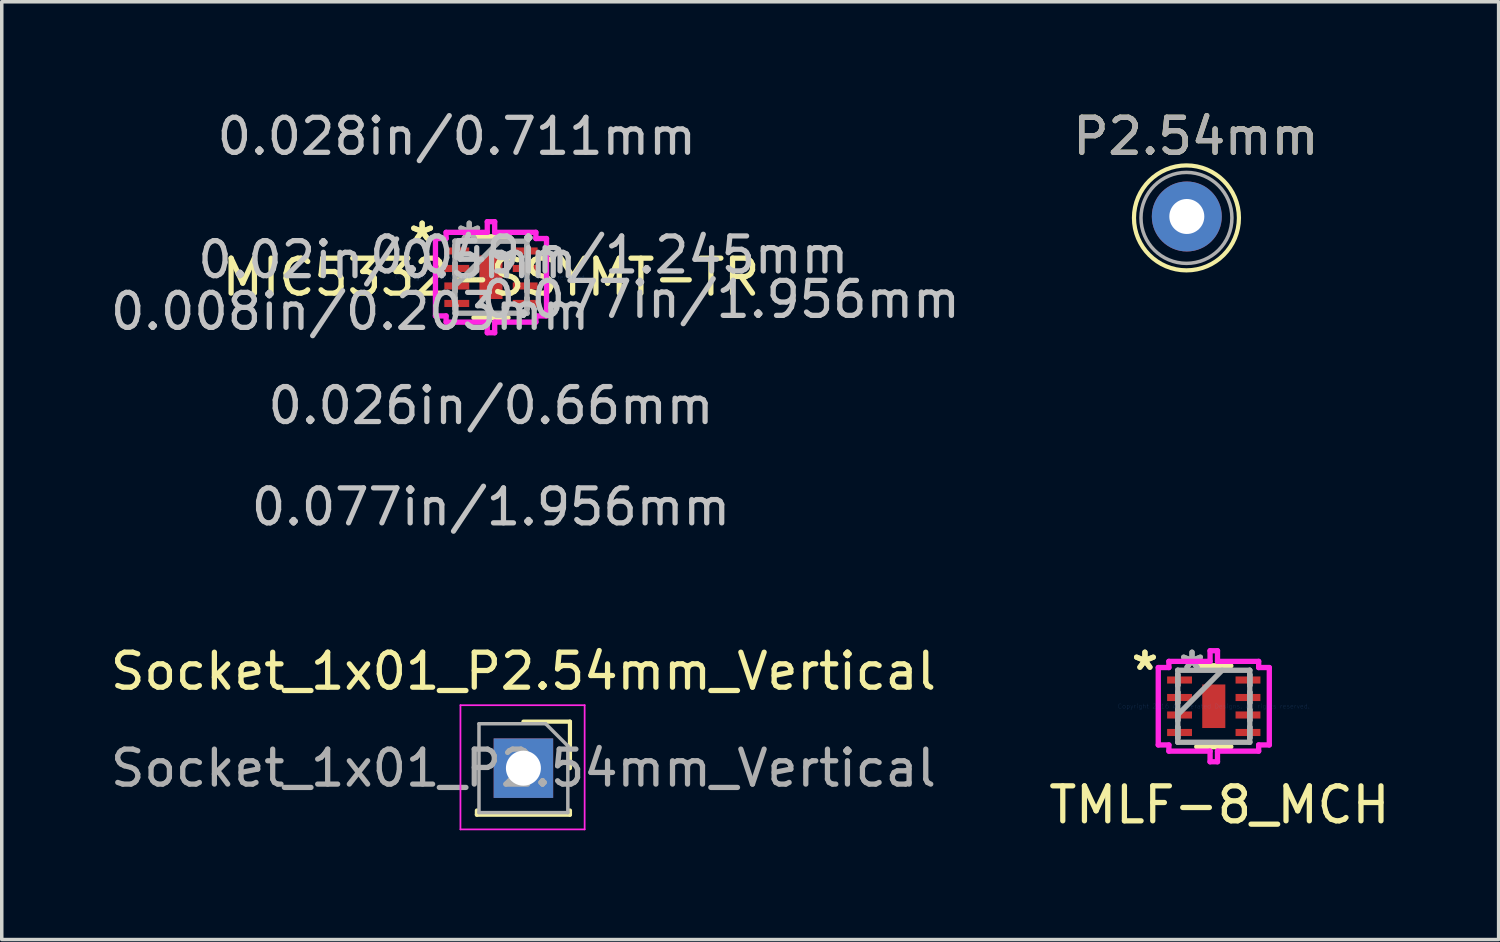
<source format=kicad_pcb>
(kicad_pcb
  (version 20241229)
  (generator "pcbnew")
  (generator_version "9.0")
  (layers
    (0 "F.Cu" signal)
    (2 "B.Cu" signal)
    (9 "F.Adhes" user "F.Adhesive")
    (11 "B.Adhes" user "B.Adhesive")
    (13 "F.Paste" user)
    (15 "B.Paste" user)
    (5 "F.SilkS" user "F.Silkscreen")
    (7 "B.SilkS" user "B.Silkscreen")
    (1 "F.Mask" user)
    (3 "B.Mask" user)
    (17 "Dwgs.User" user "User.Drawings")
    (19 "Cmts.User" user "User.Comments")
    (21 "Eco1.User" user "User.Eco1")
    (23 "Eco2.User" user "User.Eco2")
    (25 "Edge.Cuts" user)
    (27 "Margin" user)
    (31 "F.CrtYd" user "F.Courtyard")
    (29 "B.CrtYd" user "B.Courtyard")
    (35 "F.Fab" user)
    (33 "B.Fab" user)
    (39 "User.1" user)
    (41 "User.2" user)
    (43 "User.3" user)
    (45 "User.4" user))
  (footprint "P2.54mm"
    (layer "F.Cu")
    (at 30.983 3.198)
    (property "Reference" "P2.54mm" (at 0.15 -2.35 0) (layer "F.SilkS") (effects (font (size 1 1) (thickness 0.15))))
    (attr through_hole)
    (fp_circle (center -0.12 -0.02) (end 1.38 -0.02) (stroke (width 0.12) (type solid)) (fill no) (layer "F.SilkS"))
    (fp_circle (center -0.12 -0.02) (end 1.18 -0.02) (stroke (width 0.1) (type solid)) (fill no) (layer "F.Fab"))
    (fp_text user "${REFERENCE}" (at 0.15 -2.35 0) (layer "F.Fab") (effects (font (size 1 1) (thickness 0.15))))
    (pad "1" thru_hole oval (at -0.11 -0.06) (size 2 2) (drill 1) (layers "*.Cu" "*.Mask")))
  (footprint "MIC5332-SSYMT-TR"
    (layer "F.Cu")
    (at 10.984 4.874)
    (property "Reference" "MIC5332-SSYMT-TR" (at 0 0 0) (layer "F.SilkS") (effects (font (size 1 1) (thickness 0.15))))
    (attr through_hole)
    (fp_line (start -0.487 1.156) (end 0.487 1.156) (stroke (width 0.152) (type solid)) (layer "F.SilkS"))
    (fp_line (start 0.487 -1.156) (end -0.487 -1.156) (stroke (width 0.152) (type solid)) (layer "F.SilkS"))
    (fp_line (start -1.587 -1.106) (end -1.283 -1.106) (stroke (width 0.152) (type solid)) (layer "F.CrtYd"))
    (fp_line (start -1.587 1.106) (end -1.587 -1.106) (stroke (width 0.152) (type solid)) (layer "F.CrtYd"))
    (fp_line (start -1.283 -1.283) (end -0.106 -1.283) (stroke (width 0.152) (type solid)) (layer "F.CrtYd"))
    (fp_line (start -1.283 -1.106) (end -1.283 -1.283) (stroke (width 0.152) (type solid)) (layer "F.CrtYd"))
    (fp_line (start -1.283 1.106) (end -1.587 1.106) (stroke (width 0.152) (type solid)) (layer "F.CrtYd"))
    (fp_line (start -1.283 1.283) (end -1.283 1.106) (stroke (width 0.152) (type solid)) (layer "F.CrtYd"))
    (fp_line (start -0.106 -1.587) (end 0.106 -1.587) (stroke (width 0.152) (type solid)) (layer "F.CrtYd"))
    (fp_line (start -0.106 -1.283) (end -0.106 -1.587) (stroke (width 0.152) (type solid)) (layer "F.CrtYd"))
    (fp_line (start -0.106 1.283) (end -1.283 1.283) (stroke (width 0.152) (type solid)) (layer "F.CrtYd"))
    (fp_line (start -0.106 1.587) (end -0.106 1.283) (stroke (width 0.152) (type solid)) (layer "F.CrtYd"))
    (fp_line (start 0.106 -1.587) (end 0.106 -1.283) (stroke (width 0.152) (type solid)) (layer "F.CrtYd"))
    (fp_line (start 0.106 -1.283) (end 1.283 -1.283) (stroke (width 0.152) (type solid)) (layer "F.CrtYd"))
    (fp_line (start 0.106 1.283) (end 0.106 1.587) (stroke (width 0.152) (type solid)) (layer "F.CrtYd"))
    (fp_line (start 0.106 1.587) (end -0.106 1.587) (stroke (width 0.152) (type solid)) (layer "F.CrtYd"))
    (fp_line (start 1.283 -1.283) (end 1.283 -1.106) (stroke (width 0.152) (type solid)) (layer "F.CrtYd"))
    (fp_line (start 1.283 -1.106) (end 1.587 -1.106) (stroke (width 0.152) (type solid)) (layer "F.CrtYd"))
    (fp_line (start 1.283 1.106) (end 1.283 1.283) (stroke (width 0.152) (type solid)) (layer "F.CrtYd"))
    (fp_line (start 1.283 1.283) (end 0.106 1.283) (stroke (width 0.152) (type solid)) (layer "F.CrtYd"))
    (fp_line (start 1.587 -1.106) (end 1.587 1.106) (stroke (width 0.152) (type solid)) (layer "F.CrtYd"))
    (fp_line (start 1.587 1.106) (end 1.283 1.106) (stroke (width 0.152) (type solid)) (layer "F.CrtYd"))
    (fp_line (start -1.029 -1.029) (end -1.029 -1.029) (stroke (width 0.152) (type solid)) (layer "F.Fab"))
    (fp_line (start -1.029 -1.029) (end -1.029 1.029) (stroke (width 0.152) (type solid)) (layer "F.Fab"))
    (fp_line (start -1.029 -0.902) (end -1.029 -0.902) (stroke (width 0.152) (type solid)) (layer "F.Fab"))
    (fp_line (start -1.029 -0.902) (end -1.029 -0.598) (stroke (width 0.152) (type solid)) (layer "F.Fab"))
    (fp_line (start -1.029 -0.598) (end -1.029 -0.902) (stroke (width 0.152) (type solid)) (layer "F.Fab"))
    (fp_line (start -1.029 -0.598) (end -1.029 -0.598) (stroke (width 0.152) (type solid)) (layer "F.Fab"))
    (fp_line (start -1.029 -0.402) (end -1.029 -0.402) (stroke (width 0.152) (type solid)) (layer "F.Fab"))
    (fp_line (start -1.029 -0.402) (end -1.029 -0.098) (stroke (width 0.152) (type solid)) (layer "F.Fab"))
    (fp_line (start -1.029 -0.098) (end -1.029 -0.402) (stroke (width 0.152) (type solid)) (layer "F.Fab"))
    (fp_line (start -1.029 -0.098) (end -1.029 -0.098) (stroke (width 0.152) (type solid)) (layer "F.Fab"))
    (fp_line (start -1.029 0.098) (end -1.029 0.098) (stroke (width 0.152) (type solid)) (layer "F.Fab"))
    (fp_line (start -1.029 0.098) (end -1.029 0.402) (stroke (width 0.152) (type solid)) (layer "F.Fab"))
    (fp_line (start -1.029 0.241) (end 0.241 -1.029) (stroke (width 0.152) (type solid)) (layer "F.Fab"))
    (fp_line (start -1.029 0.402) (end -1.029 0.098) (stroke (width 0.152) (type solid)) (layer "F.Fab"))
    (fp_line (start -1.029 0.402) (end -1.029 0.402) (stroke (width 0.152) (type solid)) (layer "F.Fab"))
    (fp_line (start -1.029 0.598) (end -1.029 0.598) (stroke (width 0.152) (type solid)) (layer "F.Fab"))
    (fp_line (start -1.029 0.598) (end -1.029 0.902) (stroke (width 0.152) (type solid)) (layer "F.Fab"))
    (fp_line (start -1.029 0.902) (end -1.029 0.598) (stroke (width 0.152) (type solid)) (layer "F.Fab"))
    (fp_line (start -1.029 0.902) (end -1.029 0.902) (stroke (width 0.152) (type solid)) (layer "F.Fab"))
    (fp_line (start -1.029 1.029) (end -1.029 1.029) (stroke (width 0.152) (type solid)) (layer "F.Fab"))
    (fp_line (start -1.029 1.029) (end 1.029 1.029) (stroke (width 0.152) (type solid)) (layer "F.Fab"))
    (fp_line (start 1.029 -1.029) (end -1.029 -1.029) (stroke (width 0.152) (type solid)) (layer "F.Fab"))
    (fp_line (start 1.029 -1.029) (end 1.029 -1.029) (stroke (width 0.152) (type solid)) (layer "F.Fab"))
    (fp_line (start 1.029 -0.902) (end 1.029 -0.902) (stroke (width 0.152) (type solid)) (layer "F.Fab"))
    (fp_line (start 1.029 -0.902) (end 1.029 -0.598) (stroke (width 0.152) (type solid)) (layer "F.Fab"))
    (fp_line (start 1.029 -0.598) (end 1.029 -0.902) (stroke (width 0.152) (type solid)) (layer "F.Fab"))
    (fp_line (start 1.029 -0.598) (end 1.029 -0.598) (stroke (width 0.152) (type solid)) (layer "F.Fab"))
    (fp_line (start 1.029 -0.402) (end 1.029 -0.402) (stroke (width 0.152) (type solid)) (layer "F.Fab"))
    (fp_line (start 1.029 -0.402) (end 1.029 -0.098) (stroke (width 0.152) (type solid)) (layer "F.Fab"))
    (fp_line (start 1.029 -0.098) (end 1.029 -0.402) (stroke (width 0.152) (type solid)) (layer "F.Fab"))
    (fp_line (start 1.029 -0.098) (end 1.029 -0.098) (stroke (width 0.152) (type solid)) (layer "F.Fab"))
    (fp_line (start 1.029 0.098) (end 1.029 0.098) (stroke (width 0.152) (type solid)) (layer "F.Fab"))
    (fp_line (start 1.029 0.098) (end 1.029 0.402) (stroke (width 0.152) (type solid)) (layer "F.Fab"))
    (fp_line (start 1.029 0.402) (end 1.029 0.098) (stroke (width 0.152) (type solid)) (layer "F.Fab"))
    (fp_line (start 1.029 0.402) (end 1.029 0.402) (stroke (width 0.152) (type solid)) (layer "F.Fab"))
    (fp_line (start 1.029 0.598) (end 1.029 0.598) (stroke (width 0.152) (type solid)) (layer "F.Fab"))
    (fp_line (start 1.029 0.598) (end 1.029 0.902) (stroke (width 0.152) (type solid)) (layer "F.Fab"))
    (fp_line (start 1.029 0.902) (end 1.029 0.598) (stroke (width 0.152) (type solid)) (layer "F.Fab"))
    (fp_line (start 1.029 0.902) (end 1.029 0.902) (stroke (width 0.152) (type solid)) (layer "F.Fab"))
    (fp_line (start 1.029 1.029) (end 1.029 -1.029) (stroke (width 0.152) (type solid)) (layer "F.Fab"))
    (fp_line (start 1.029 1.029) (end 1.029 1.029) (stroke (width 0.152) (type solid)) (layer "F.Fab"))
    (fp_text user "*" (at -1.968 -1 0) (layer "F.SilkS") (effects (font (size 1 1) (thickness 0.15))))
    (fp_text user "*" (at -1.968 -1 0) (layer "F.SilkS") (effects (font (size 1 1) (thickness 0.15))))
    (fp_text user "0.028in/0.711mm" (at -0.978 -4.026 0) (layer "Dwgs.User") (effects (font (size 1 1) (thickness 0.15))))
    (fp_text user "0.049in/1.245mm" (at 3.378 -0.635 0) (layer "Dwgs.User") (effects (font (size 1 1) (thickness 0.15))))
    (fp_text user "0.02in/0.5mm" (at -2.959 -0.5 0) (layer "Dwgs.User") (effects (font (size 1 1) (thickness 0.15))))
    (fp_text user "0.026in/0.66mm" (at 0 3.67 0) (layer "Dwgs.User") (effects (font (size 1 1) (thickness 0.15))))
    (fp_text user "0.077in/1.956mm" (at 0 6.566 0) (layer "Dwgs.User") (effects (font (size 1 1) (thickness 0.15))))
    (fp_text user "0.077in/1.956mm" (at 6.566 0.635 0) (layer "Dwgs.User") (effects (font (size 1 1) (thickness 0.15))))
    (fp_text user "0.008in/0.203mm" (at -4.026 0.978 0) (layer "Dwgs.User") (effects (font (size 1 1) (thickness 0.15))))
    (fp_text user "Copyright 2016 Accelerated Designs. All rights reserved." (at 0 0 0) (layer "Cmts.User") (effects (font (size 0.127 0.127) (thickness 0.002))))
    (fp_text user "*" (at -0.622 -1 0) (layer "F.Fab") (effects (font (size 1 1) (thickness 0.15))))
    (fp_text user "*" (at -0.622 -1 0) (layer "F.Fab") (effects (font (size 1 1) (thickness 0.15))))
    (pad "1" smd rect (at -0.978 -0.75 90) (size 0.203 0.711) (layers "F.Cu" "F.Mask" "F.Paste"))
    (pad "2" smd rect (at -0.978 -0.25 90) (size 0.203 0.711) (layers "F.Cu" "F.Mask" "F.Paste"))
    (pad "3" smd rect (at -0.978 0.25 90) (size 0.203 0.711) (layers "F.Cu" "F.Mask" "F.Paste"))
    (pad "4" smd rect (at -0.978 0.75 90) (size 0.203 0.711) (layers "F.Cu" "F.Mask" "F.Paste"))
    (pad "5" smd rect (at 0.978 0.75 90) (size 0.203 0.711) (layers "F.Cu" "F.Mask" "F.Paste"))
    (pad "6" smd rect (at 0.978 0.25 90) (size 0.203 0.711) (layers "F.Cu" "F.Mask" "F.Paste"))
    (pad "7" smd rect (at 0.978 -0.25 90) (size 0.203 0.711) (layers "F.Cu" "F.Mask" "F.Paste"))
    (pad "8" smd rect (at 0.978 -0.75 90) (size 0.203 0.711) (layers "F.Cu" "F.Mask" "F.Paste"))
    (pad "9" smd rect (at 0 0) (size 0.66 1.245) (layers "F.Cu" "F.Mask" "F.Paste")))
  (footprint "TMLF-8_MCH"
    (layer "F.Cu")
    (at 31.644 17.137)
    (property "Reference" "TMLF-8_MCH" (at 0.16 2.82 0) (layer "F.SilkS") (effects (font (size 1 1) (thickness 0.15))))
    (attr through_hole)
    (fp_line (start -0.487 1.156) (end 0.487 1.156) (stroke (width 0.152) (type solid)) (layer "F.SilkS"))
    (fp_line (start 0.487 -1.156) (end -0.487 -1.156) (stroke (width 0.152) (type solid)) (layer "F.SilkS"))
    (fp_line (start -1.587 -1.106) (end -1.283 -1.106) (stroke (width 0.152) (type solid)) (layer "F.CrtYd"))
    (fp_line (start -1.587 1.106) (end -1.587 -1.106) (stroke (width 0.152) (type solid)) (layer "F.CrtYd"))
    (fp_line (start -1.283 -1.283) (end -0.106 -1.283) (stroke (width 0.152) (type solid)) (layer "F.CrtYd"))
    (fp_line (start -1.283 -1.106) (end -1.283 -1.283) (stroke (width 0.152) (type solid)) (layer "F.CrtYd"))
    (fp_line (start -1.283 1.106) (end -1.587 1.106) (stroke (width 0.152) (type solid)) (layer "F.CrtYd"))
    (fp_line (start -1.283 1.283) (end -1.283 1.106) (stroke (width 0.152) (type solid)) (layer "F.CrtYd"))
    (fp_line (start -0.106 -1.587) (end 0.106 -1.587) (stroke (width 0.152) (type solid)) (layer "F.CrtYd"))
    (fp_line (start -0.106 -1.283) (end -0.106 -1.587) (stroke (width 0.152) (type solid)) (layer "F.CrtYd"))
    (fp_line (start -0.106 1.283) (end -1.283 1.283) (stroke (width 0.152) (type solid)) (layer "F.CrtYd"))
    (fp_line (start -0.106 1.587) (end -0.106 1.283) (stroke (width 0.152) (type solid)) (layer "F.CrtYd"))
    (fp_line (start 0.106 -1.587) (end 0.106 -1.283) (stroke (width 0.152) (type solid)) (layer "F.CrtYd"))
    (fp_line (start 0.106 -1.283) (end 1.283 -1.283) (stroke (width 0.152) (type solid)) (layer "F.CrtYd"))
    (fp_line (start 0.106 1.283) (end 0.106 1.587) (stroke (width 0.152) (type solid)) (layer "F.CrtYd"))
    (fp_line (start 0.106 1.587) (end -0.106 1.587) (stroke (width 0.152) (type solid)) (layer "F.CrtYd"))
    (fp_line (start 1.283 -1.283) (end 1.283 -1.106) (stroke (width 0.152) (type solid)) (layer "F.CrtYd"))
    (fp_line (start 1.283 -1.106) (end 1.587 -1.106) (stroke (width 0.152) (type solid)) (layer "F.CrtYd"))
    (fp_line (start 1.283 1.106) (end 1.283 1.283) (stroke (width 0.152) (type solid)) (layer "F.CrtYd"))
    (fp_line (start 1.283 1.283) (end 0.106 1.283) (stroke (width 0.152) (type solid)) (layer "F.CrtYd"))
    (fp_line (start 1.587 -1.106) (end 1.587 1.106) (stroke (width 0.152) (type solid)) (layer "F.CrtYd"))
    (fp_line (start 1.587 1.106) (end 1.283 1.106) (stroke (width 0.152) (type solid)) (layer "F.CrtYd"))
    (fp_line (start -1.029 -1.029) (end -1.029 -1.029) (stroke (width 0.152) (type solid)) (layer "F.Fab"))
    (fp_line (start -1.029 -1.029) (end -1.029 1.029) (stroke (width 0.152) (type solid)) (layer "F.Fab"))
    (fp_line (start -1.029 -0.902) (end -1.029 -0.902) (stroke (width 0.152) (type solid)) (layer "F.Fab"))
    (fp_line (start -1.029 -0.902) (end -1.029 -0.598) (stroke (width 0.152) (type solid)) (layer "F.Fab"))
    (fp_line (start -1.029 -0.598) (end -1.029 -0.902) (stroke (width 0.152) (type solid)) (layer "F.Fab"))
    (fp_line (start -1.029 -0.598) (end -1.029 -0.598) (stroke (width 0.152) (type solid)) (layer "F.Fab"))
    (fp_line (start -1.029 -0.402) (end -1.029 -0.402) (stroke (width 0.152) (type solid)) (layer "F.Fab"))
    (fp_line (start -1.029 -0.402) (end -1.029 -0.098) (stroke (width 0.152) (type solid)) (layer "F.Fab"))
    (fp_line (start -1.029 -0.098) (end -1.029 -0.402) (stroke (width 0.152) (type solid)) (layer "F.Fab"))
    (fp_line (start -1.029 -0.098) (end -1.029 -0.098) (stroke (width 0.152) (type solid)) (layer "F.Fab"))
    (fp_line (start -1.029 0.098) (end -1.029 0.098) (stroke (width 0.152) (type solid)) (layer "F.Fab"))
    (fp_line (start -1.029 0.098) (end -1.029 0.402) (stroke (width 0.152) (type solid)) (layer "F.Fab"))
    (fp_line (start -1.029 0.241) (end 0.241 -1.029) (stroke (width 0.152) (type solid)) (layer "F.Fab"))
    (fp_line (start -1.029 0.402) (end -1.029 0.098) (stroke (width 0.152) (type solid)) (layer "F.Fab"))
    (fp_line (start -1.029 0.402) (end -1.029 0.402) (stroke (width 0.152) (type solid)) (layer "F.Fab"))
    (fp_line (start -1.029 0.598) (end -1.029 0.598) (stroke (width 0.152) (type solid)) (layer "F.Fab"))
    (fp_line (start -1.029 0.598) (end -1.029 0.902) (stroke (width 0.152) (type solid)) (layer "F.Fab"))
    (fp_line (start -1.029 0.902) (end -1.029 0.598) (stroke (width 0.152) (type solid)) (layer "F.Fab"))
    (fp_line (start -1.029 0.902) (end -1.029 0.902) (stroke (width 0.152) (type solid)) (layer "F.Fab"))
    (fp_line (start -1.029 1.029) (end -1.029 1.029) (stroke (width 0.152) (type solid)) (layer "F.Fab"))
    (fp_line (start -1.029 1.029) (end 1.029 1.029) (stroke (width 0.152) (type solid)) (layer "F.Fab"))
    (fp_line (start 1.029 -1.029) (end -1.029 -1.029) (stroke (width 0.152) (type solid)) (layer "F.Fab"))
    (fp_line (start 1.029 -1.029) (end 1.029 -1.029) (stroke (width 0.152) (type solid)) (layer "F.Fab"))
    (fp_line (start 1.029 -0.902) (end 1.029 -0.902) (stroke (width 0.152) (type solid)) (layer "F.Fab"))
    (fp_line (start 1.029 -0.902) (end 1.029 -0.598) (stroke (width 0.152) (type solid)) (layer "F.Fab"))
    (fp_line (start 1.029 -0.598) (end 1.029 -0.902) (stroke (width 0.152) (type solid)) (layer "F.Fab"))
    (fp_line (start 1.029 -0.598) (end 1.029 -0.598) (stroke (width 0.152) (type solid)) (layer "F.Fab"))
    (fp_line (start 1.029 -0.402) (end 1.029 -0.402) (stroke (width 0.152) (type solid)) (layer "F.Fab"))
    (fp_line (start 1.029 -0.402) (end 1.029 -0.098) (stroke (width 0.152) (type solid)) (layer "F.Fab"))
    (fp_line (start 1.029 -0.098) (end 1.029 -0.402) (stroke (width 0.152) (type solid)) (layer "F.Fab"))
    (fp_line (start 1.029 -0.098) (end 1.029 -0.098) (stroke (width 0.152) (type solid)) (layer "F.Fab"))
    (fp_line (start 1.029 0.098) (end 1.029 0.098) (stroke (width 0.152) (type solid)) (layer "F.Fab"))
    (fp_line (start 1.029 0.098) (end 1.029 0.402) (stroke (width 0.152) (type solid)) (layer "F.Fab"))
    (fp_line (start 1.029 0.402) (end 1.029 0.098) (stroke (width 0.152) (type solid)) (layer "F.Fab"))
    (fp_line (start 1.029 0.402) (end 1.029 0.402) (stroke (width 0.152) (type solid)) (layer "F.Fab"))
    (fp_line (start 1.029 0.598) (end 1.029 0.598) (stroke (width 0.152) (type solid)) (layer "F.Fab"))
    (fp_line (start 1.029 0.598) (end 1.029 0.902) (stroke (width 0.152) (type solid)) (layer "F.Fab"))
    (fp_line (start 1.029 0.902) (end 1.029 0.598) (stroke (width 0.152) (type solid)) (layer "F.Fab"))
    (fp_line (start 1.029 0.902) (end 1.029 0.902) (stroke (width 0.152) (type solid)) (layer "F.Fab"))
    (fp_line (start 1.029 1.029) (end 1.029 -1.029) (stroke (width 0.152) (type solid)) (layer "F.Fab"))
    (fp_line (start 1.029 1.029) (end 1.029 1.029) (stroke (width 0.152) (type solid)) (layer "F.Fab"))
    (fp_text user "*" (at -1.968 -1 0) (layer "F.SilkS") (effects (font (size 1 1) (thickness 0.15))))
    (fp_text user "*" (at -1.968 -1 0) (layer "F.SilkS") (effects (font (size 1 1) (thickness 0.15))))
    (fp_text user "Copyright 2016 Accelerated Designs. All rights reserved." (at 0 0 0) (layer "Cmts.User") (effects (font (size 0.127 0.127) (thickness 0.002))))
    (fp_text user "*" (at -0.622 -1 0) (layer "F.Fab") (effects (font (size 1 1) (thickness 0.15))))
    (fp_text user "*" (at -0.622 -1 0) (layer "F.Fab") (effects (font (size 1 1) (thickness 0.15))))
    (pad "1" smd rect (at -0.978 -0.75 90) (size 0.203 0.711) (layers "F.Cu" "F.Mask" "F.Paste"))
    (pad "2" smd rect (at -0.978 -0.25 90) (size 0.203 0.711) (layers "F.Cu" "F.Mask" "F.Paste"))
    (pad "3" smd rect (at -0.978 0.25 90) (size 0.203 0.711) (layers "F.Cu" "F.Mask" "F.Paste"))
    (pad "4" smd rect (at -0.978 0.75 90) (size 0.203 0.711) (layers "F.Cu" "F.Mask" "F.Paste"))
    (pad "5" smd rect (at 0.978 0.75 90) (size 0.203 0.711) (layers "F.Cu" "F.Mask" "F.Paste"))
    (pad "6" smd rect (at 0.978 0.25 90) (size 0.203 0.711) (layers "F.Cu" "F.Mask" "F.Paste"))
    (pad "7" smd rect (at 0.978 -0.25 90) (size 0.203 0.711) (layers "F.Cu" "F.Mask" "F.Paste"))
    (pad "8" smd rect (at 0.978 -0.75 90) (size 0.203 0.711) (layers "F.Cu" "F.Mask" "F.Paste"))
    (pad "9" smd rect (at 0 0) (size 0.66 1.245) (layers "F.Cu" "F.Mask" "F.Paste")))
  (footprint "Socket_1x01_P2.54mm_Vertical"
    (layer "F.Cu")
    (at 11.911 18.907)
    (property "Reference" "Socket_1x01_P2.54mm_Vertical" (at 0 -2.77 0) (layer "F.SilkS") (effects (font (size 1 1) (thickness 0.15))))
    (attr through_hole)
    (fp_line (start -1.33 1.21) (end -1.33 1.33) (stroke (width 0.12) (type solid)) (layer "F.SilkS"))
    (fp_line (start -1.33 1.33) (end 1.33 1.33) (stroke (width 0.12) (type solid)) (layer "F.SilkS"))
    (fp_line (start 0 -1.33) (end 1.33 -1.33) (stroke (width 0.12) (type solid)) (layer "F.SilkS"))
    (fp_line (start 1.33 -1.33) (end 1.33 0) (stroke (width 0.12) (type solid)) (layer "F.SilkS"))
    (fp_line (start 1.33 1.21) (end 1.33 1.33) (stroke (width 0.12) (type solid)) (layer "F.SilkS"))
    (fp_line (start -1.8 -1.8) (end 1.75 -1.8) (stroke (width 0.05) (type solid)) (layer "F.CrtYd"))
    (fp_line (start -1.8 1.75) (end -1.8 -1.8) (stroke (width 0.05) (type solid)) (layer "F.CrtYd"))
    (fp_line (start 1.75 -1.8) (end 1.75 1.75) (stroke (width 0.05) (type solid)) (layer "F.CrtYd"))
    (fp_line (start 1.75 1.75) (end -1.8 1.75) (stroke (width 0.05) (type solid)) (layer "F.CrtYd"))
    (fp_line (start -1.27 -1.27) (end 0.635 -1.27) (stroke (width 0.1) (type solid)) (layer "F.Fab"))
    (fp_line (start -1.27 1.27) (end -1.27 -1.27) (stroke (width 0.1) (type solid)) (layer "F.Fab"))
    (fp_line (start 0.635 -1.27) (end 1.27 -0.635) (stroke (width 0.1) (type solid)) (layer "F.Fab"))
    (fp_line (start 1.27 -0.635) (end 1.27 1.27) (stroke (width 0.1) (type solid)) (layer "F.Fab"))
    (fp_line (start 1.27 1.27) (end -1.27 1.27) (stroke (width 0.1) (type solid)) (layer "F.Fab"))
    (fp_text user "${REFERENCE}" (at 0 0 0) (layer "F.Fab") (effects (font (size 1 1) (thickness 0.15))))
    (pad "1" thru_hole rect (at 0 0) (size 1.7 1.7) (drill 1) (layers "*.Cu" "*.Mask")))
  (gr_rect
    (start -3 -3)
    (end 39.786 23.805)
    (stroke (width 0.1) (type default))
    (fill no)
    (layer "Edge.Cuts")))
</source>
